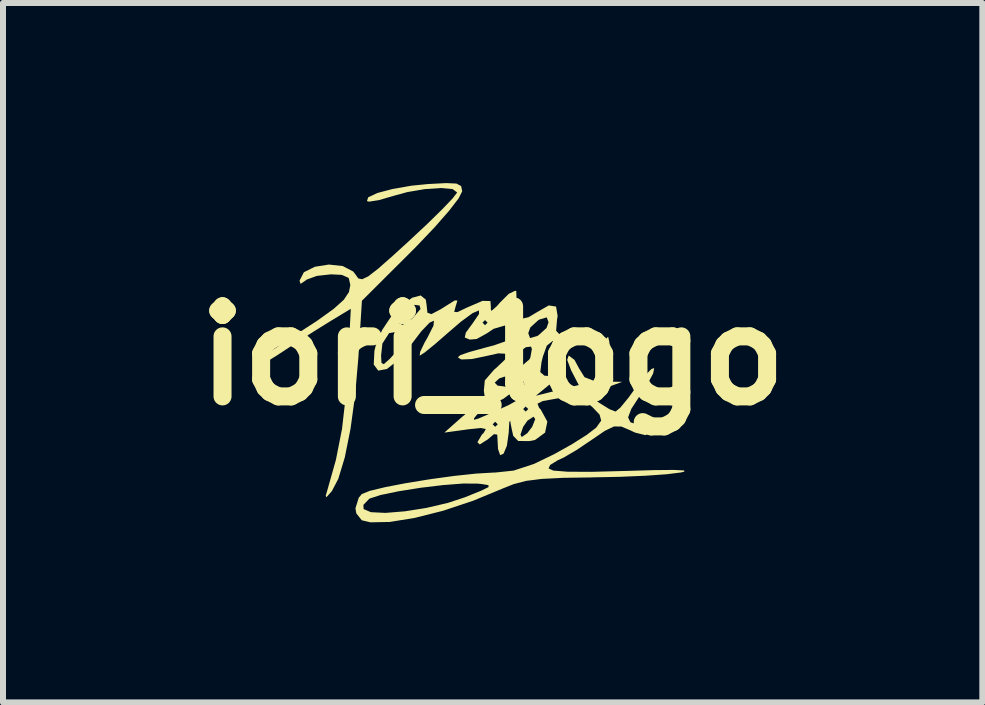
<source format=kicad_pcb>
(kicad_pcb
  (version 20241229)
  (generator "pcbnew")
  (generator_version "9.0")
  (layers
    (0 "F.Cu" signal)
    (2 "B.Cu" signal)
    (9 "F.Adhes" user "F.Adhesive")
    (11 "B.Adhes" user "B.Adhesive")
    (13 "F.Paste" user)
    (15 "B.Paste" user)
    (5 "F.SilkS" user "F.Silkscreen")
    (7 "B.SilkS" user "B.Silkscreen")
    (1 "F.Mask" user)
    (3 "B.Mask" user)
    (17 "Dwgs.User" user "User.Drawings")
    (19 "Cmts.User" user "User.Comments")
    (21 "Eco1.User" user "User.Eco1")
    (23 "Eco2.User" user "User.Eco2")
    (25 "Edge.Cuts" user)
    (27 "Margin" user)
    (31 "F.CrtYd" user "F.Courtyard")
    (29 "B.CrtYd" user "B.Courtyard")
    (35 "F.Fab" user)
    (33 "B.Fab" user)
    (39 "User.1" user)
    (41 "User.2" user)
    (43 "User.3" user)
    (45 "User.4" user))
  (footprint "iori_logo"
    (layer "F.Cu")
    (at 5.157 2.875)
    (property "Reference" "iori_logo" (at 0 0 0) (layer "F.SilkS") (effects (font (size 1.5 1.5) (thickness 0.3))))
    (attr board_only exclude_from_pos_files exclude_from_bom)
    (fp_poly (pts (xy 1.944 -0.229) (xy 1.945 -0.169) (xy 1.913 0.048) (xy 1.863 0.169) (xy 1.803 0.231) (xy 1.782 0.144) (xy 1.781 0.085) (xy 1.813 -0.132) (xy 1.863 -0.254) (xy 1.923 -0.316)) (stroke (width 0) (type solid)) (fill yes) (layer "F.SilkS"))
    (fp_poly (pts (xy -0.603 -2.867) (xy -0.526 -2.826) (xy -0.508 -2.744) (xy -0.508 -2.738) (xy -0.566 -2.622) (xy -0.726 -2.414) (xy -0.966 -2.14) (xy -1.265 -1.826) (xy -1.343 -1.747) (xy -2.178 -0.915) (xy -2.237 0.029) (xy -2.291 0.655) (xy -2.368 1.219) (xy -2.463 1.693) (xy -2.571 2.05) (xy -2.678 2.255) (xy -2.77 2.359) (xy -2.781 2.332) (xy -2.76 2.262) (xy -2.611 1.734) (xy -2.51 1.222) (xy -2.445 0.656) (xy -2.416 0.223) (xy -2.363 -0.781) (xy -2.684 -0.587) (xy -2.968 -0.411) (xy -3.274 -0.215) (xy -3.344 -0.168) (xy -3.621 0.013) (xy -3.786 0.113) (xy -3.868 0.145) (xy -3.894 0.125) (xy -3.895 0.109) (xy -3.828 0.034) (xy -3.651 -0.102) (xy -3.398 -0.275) (xy -3.323 -0.323) (xy -2.922 -0.583) (xy -2.648 -0.78) (xy -2.479 -0.932) (xy -2.394 -1.06) (xy -2.371 -1.178) (xy -2.398 -1.295) (xy -2.512 -1.346) (xy -2.692 -1.355) (xy -2.929 -1.329) (xy -3.099 -1.267) (xy -3.116 -1.253) (xy -3.2 -1.196) (xy -3.217 -1.25) (xy -3.145 -1.39) (xy -2.963 -1.481) (xy -2.729 -1.518) (xy -2.497 -1.493) (xy -2.323 -1.402) (xy -2.284 -1.351) (xy -2.238 -1.287) (xy -2.175 -1.273) (xy -2.073 -1.321) (xy -1.91 -1.447) (xy -1.664 -1.664) (xy -1.392 -1.912) (xy -1.091 -2.193) (xy -0.842 -2.437) (xy -0.668 -2.619) (xy -0.594 -2.715) (xy -0.593 -2.72) (xy -0.667 -2.775) (xy -0.861 -2.793) (xy -1.128 -2.775) (xy -1.423 -2.725) (xy -1.656 -2.661) (xy -1.892 -2.592) (xy -2.055 -2.566) (xy -2.094 -2.574) (xy -2.074 -2.638) (xy -1.92 -2.71) (xy -1.667 -2.777) (xy -1.351 -2.832) (xy -1.079 -2.859) (xy -0.775 -2.875)) (stroke (width 0) (type solid)) (fill yes) (layer "F.SilkS"))
    (fp_poly (pts (xy 0.393 -1.075) (xy 0.397 -0.973) (xy 0.354 -0.913) (xy 0.255 -0.754) (xy 0.286 -0.643) (xy 0.413 -0.599) (xy 0.598 -0.641) (xy 0.725 -0.717) (xy 0.934 -0.837) (xy 1.056 -0.818) (xy 1.082 -0.663) (xy 1.072 -0.598) (xy 1.057 -0.416) (xy 1.132 -0.334) (xy 1.21 -0.313) (xy 1.32 -0.287) (xy 1.273 -0.272) (xy 1.169 -0.266) (xy 0.997 -0.243) (xy 0.902 -0.167) (xy 0.838 0.01) (xy 0.814 0.106) (xy 0.793 0.273) (xy 0.862 0.333) (xy 0.939 0.339) (xy 1.057 0.345) (xy 1.051 0.389) (xy 0.92 0.503) (xy 0.72 0.667) (xy 1.077 0.578) (xy 1.434 0.489) (xy 1.307 0.244) (xy 1.241 0.07) (xy 1.266 0.000199) (xy 1.27 0) (xy 1.363 0.07) (xy 1.439 0.212) (xy 1.53 0.358) (xy 1.689 0.42) (xy 1.839 0.43) (xy 2.159 0.436) (xy 1.868 0.541) (xy 1.578 0.646) (xy 1.781 0.789) (xy 1.947 0.892) (xy 2.047 0.931) (xy 2.125 0.867) (xy 2.261 0.702) (xy 2.375 0.544) (xy 2.528 0.342) (xy 2.645 0.222) (xy 2.691 0.207) (xy 2.673 0.297) (xy 2.576 0.478) (xy 2.464 0.648) (xy 2.31 0.886) (xy 2.256 1.028) (xy 2.293 1.106) (xy 2.3 1.111) (xy 2.509 1.179) (xy 2.689 1.087) (xy 2.692 1.084) (xy 2.779 1.033) (xy 2.794 1.073) (xy 2.735 1.199) (xy 2.67 1.267) (xy 2.543 1.324) (xy 2.372 1.281) (xy 2.296 1.245) (xy 2.146 1.181) (xy 2.022 1.179) (xy 1.869 1.252) (xy 1.645 1.405) (xy 1.398 1.571) (xy 1.185 1.696) (xy 1.088 1.74) (xy 0.958 1.82) (xy 0.931 1.878) (xy 1.01 1.914) (xy 1.248 1.933) (xy 1.648 1.935) (xy 2.214 1.92) (xy 2.223 1.92) (xy 2.701 1.906) (xy 3.025 1.903) (xy 3.19 1.912) (xy 3.193 1.932) (xy 3.133 1.946) (xy 2.9 1.975) (xy 2.545 2) (xy 2.117 2.018) (xy 1.662 2.027) (xy 1.651 2.028) (xy 1.168 2.035) (xy 0.815 2.053) (xy 0.555 2.086) (xy 0.349 2.14) (xy 0.169 2.212) (xy -0.324 2.416) (xy -0.825 2.583) (xy -1.301 2.703) (xy -1.716 2.77) (xy -2.037 2.776) (xy -2.18 2.742) (xy -2.271 2.628) (xy -2.286 2.543) (xy -2.268 2.485) (xy -2.153 2.485) (xy -2.15 2.555) (xy -2.029 2.607) (xy -1.787 2.619) (xy -1.464 2.593) (xy -1.104 2.536) (xy -0.745 2.452) (xy -0.466 2.36) (xy -0.196 2.251) (xy -0.069 2.189) (xy -0.07 2.157) (xy -0.183 2.138) (xy -0.253 2.131) (xy -0.494 2.13) (xy -0.829 2.156) (xy -1.204 2.201) (xy -1.568 2.259) (xy -1.868 2.321) (xy -2.052 2.381) (xy -2.054 2.382) (xy -2.153 2.485) (xy -2.268 2.485) (xy -2.231 2.366) (xy -2.18 2.305) (xy -2.047 2.252) (xy -1.786 2.189) (xy -1.437 2.122) (xy -1.042 2.058) (xy -0.641 2.003) (xy -0.275 1.964) (xy 0.016 1.947) (xy 0.04 1.947) (xy 0.35 1.914) (xy 0.686 1.804) (xy 1.018 1.644) (xy 1.316 1.478) (xy 1.566 1.32) (xy 1.719 1.203) (xy 1.729 1.193) (xy 1.808 1.081) (xy 1.781 0.982) (xy 1.656 0.851) (xy 1.498 0.731) (xy 1.328 0.691) (xy 1.072 0.713) (xy 1.062 0.715) (xy 0.834 0.756) (xy 0.747 0.8) (xy 0.773 0.867) (xy 0.802 0.899) (xy 0.911 1.098) (xy 0.873 1.282) (xy 0.706 1.404) (xy 0.612 1.423) (xy 0.425 1.421) (xy 0.342 1.335) (xy 0.338 1.316) (xy 0.463 1.316) (xy 0.485 1.355) (xy 0.577 1.291) (xy 0.658 1.185) (xy 0.709 1.057) (xy 0.681 1.016) (xy 0.58 1.082) (xy 0.508 1.185) (xy 0.463 1.316) (xy 0.338 1.316) (xy 0.315 1.211) (xy 0.291 1.083) (xy 0.277 1.106) (xy 0.267 1.286) (xy 0.237 1.5) (xy 0.182 1.632) (xy 0.125 1.658) (xy 0.089 1.555) (xy 0.085 1.474) (xy 0.076 1.315) (xy 0.022 1.307) (xy -0.085 1.397) (xy -0.215 1.479) (xy -0.254 1.442) (xy -0.183 1.32) (xy -0.148 1.283) (xy -0.114 1.222) (xy -0.197 1.205) (xy -0.421 1.228) (xy -0.423 1.229) (xy -0.804 1.281) (xy -0.649 1.143) (xy 0 1.143) (xy 0.042 1.185) (xy 0.085 1.143) (xy 0.042 1.101) (xy 0 1.143) (xy -0.649 1.143) (xy -0.538 1.045) (xy -0.311 1.045) (xy -0.309 1.068) (xy -0.231 1.045) (xy -0.052 0.967) (xy 0.12 0.889) (xy 0.508 0.889) (xy 0.55 0.931) (xy 0.593 0.889) (xy 0.55 0.847) (xy 0.508 0.889) (xy 0.12 0.889) (xy 0.255 0.828) (xy 0.264 0.824) (xy 0.465 0.712) (xy 0.538 0.597) (xy 0.532 0.482) (xy 0.468 0.335) (xy 0.323 0.314) (xy 0.288 0.32) (xy 0.109 0.379) (xy 0.034 0.449) (xy 0.084 0.5) (xy 0.164 0.508) (xy 0.313 0.539) (xy 0.315 0.617) (xy 0.176 0.72) (xy 0.087 0.761) (xy -0.123 0.872) (xy -0.263 0.984) (xy -0.311 1.045) (xy -0.538 1.045) (xy -0.511 1.021) (xy -0.325 0.867) (xy -0.19 0.774) (xy -0.159 0.762) (xy -0.131 0.694) (xy -0.147 0.584) (xy -0.131 0.412) (xy 0.024 0.233) (xy 0.051 0.211) (xy 0.174 0.095) (xy 0.339 0.095) (xy 0.393 0.167) (xy 0.509 0.15) (xy 0.612 0.062) (xy 0.628 0.03) (xy 0.653 -0.11) (xy 0.639 -0.151) (xy 0.552 -0.141) (xy 0.431 -0.052) (xy 0.347 0.06) (xy 0.339 0.095) (xy 0.174 0.095) (xy 0.217 0.053) (xy 0.231 -0.031) (xy 0.095 -0.039) (xy -0.116 0.008) (xy -0.346 0.056) (xy -0.513 0.063) (xy -0.534 0.058) (xy -0.58 0.027) (xy -0.539 -0.009) (xy -0.389 -0.061) (xy -0.105 -0.139) (xy 0.021 -0.172) (xy 0.267 -0.258) (xy 0.406 -0.352) (xy 0.416 -0.375) (xy 0.593 -0.375) (xy 0.623 -0.293) (xy 0.74 -0.327) (xy 0.762 -0.339) (xy 0.897 -0.461) (xy 0.931 -0.556) (xy 0.901 -0.638) (xy 0.784 -0.604) (xy 0.762 -0.593) (xy 0.627 -0.47) (xy 0.593 -0.375) (xy 0.416 -0.375) (xy 0.423 -0.392) (xy 0.358 -0.484) (xy 0.202 -0.502) (xy 0.015 -0.447) (xy -0.093 -0.374) (xy -0.266 -0.278) (xy -0.383 -0.268) (xy -0.465 -0.303) (xy -0.447 -0.384) (xy -0.341 -0.529) (xy -0.326 -0.55) (xy -0.169 -0.55) (xy -0.127 -0.508) (xy -0.085 -0.55) (xy -0.127 -0.593) (xy -0.169 -0.55) (xy -0.326 -0.55) (xy -0.227 -0.695) (xy -0.229 -0.754) (xy -0.334 -0.709) (xy -0.529 -0.566) (xy -0.744 -0.381) (xy -0.965 -0.189) (xy -1.134 -0.052) (xy -1.216 0) (xy -1.208 -0.064) (xy -1.131 -0.224) (xy -1.089 -0.296) (xy -0.986 -0.5) (xy -0.978 -0.583) (xy -1.051 -0.55) (xy -1.188 -0.407) (xy -1.339 -0.209) (xy -1.567 0.069) (xy -1.762 0.222) (xy -1.906 0.249) (xy -1.981 0.148) (xy -1.974 0) (xy -1.859 0) (xy -1.852 0.121) (xy -1.814 0.142) (xy -1.714 0.053) (xy -1.588 -0.085) (xy -1.429 -0.264) (xy -1.376 -0.355) (xy -1.421 -0.393) (xy -1.517 -0.41) (xy -1.725 -0.376) (xy -1.837 -0.202) (xy -1.859 0) (xy -1.974 0) (xy -1.97 -0.081) (xy -1.947 -0.172) (xy -1.843 -0.424) (xy -1.766 -0.541) (xy -1.563 -0.541) (xy -1.499 -0.514) (xy -1.36 -0.602) (xy -1.318 -0.641) (xy -1.202 -0.778) (xy -1.219 -0.837) (xy -1.309 -0.847) (xy -1.444 -0.779) (xy -1.524 -0.677) (xy -1.563 -0.541) (xy -1.766 -0.541) (xy -1.69 -0.654) (xy -1.514 -0.841) (xy -1.342 -0.965) (xy -1.199 -1.003) (xy -1.114 -0.934) (xy -1.101 -0.847) (xy -1.087 -0.716) (xy -1.021 -0.692) (xy -0.868 -0.772) (xy -0.784 -0.825) (xy -0.632 -0.92) (xy -0.587 -0.918) (xy -0.616 -0.824) (xy -0.641 -0.73) (xy -0.586 -0.726) (xy -0.425 -0.803) (xy -0.169 -0.913) (xy -0.037 -0.91) (xy -0.029 -0.796) (xy -0.033 -0.783) (xy -0.021 -0.745) (xy 0.071 -0.826) (xy 0.123 -0.886) (xy 0.269 -1.031) (xy 0.376 -1.082)) (stroke (width 0) (type solid)) (fill yes) (layer "F.SilkS")))
  (gr_rect
    (start -3 -3)
    (end 13.314 8.651)
    (stroke (width 0.1) (type default))
    (fill no)
    (layer "Edge.Cuts")))
</source>
